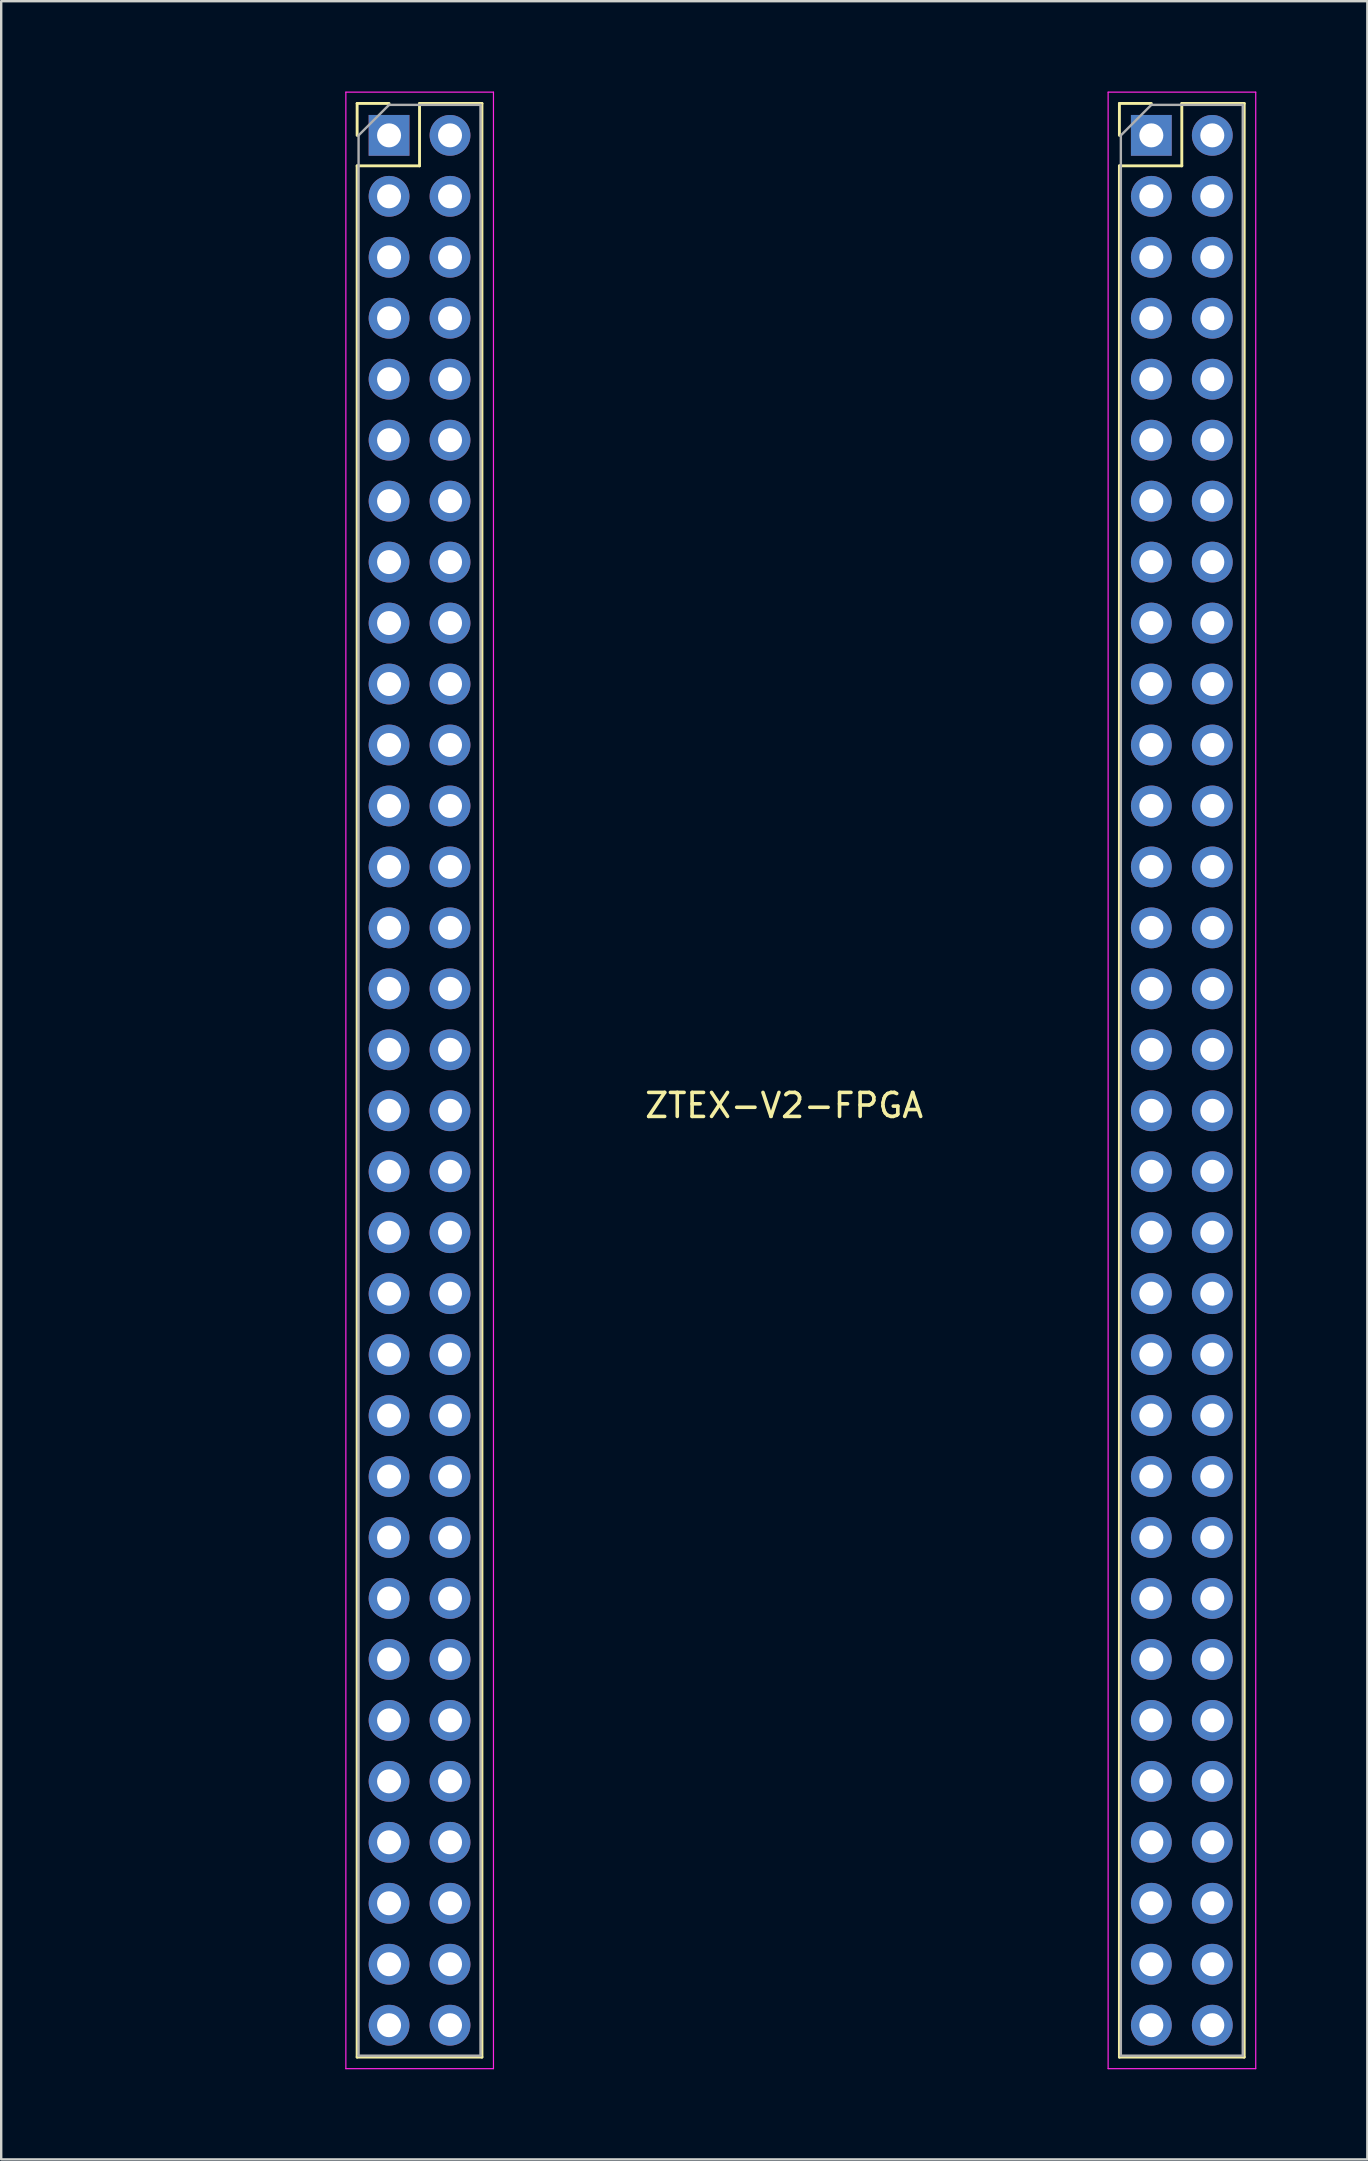
<source format=kicad_pcb>
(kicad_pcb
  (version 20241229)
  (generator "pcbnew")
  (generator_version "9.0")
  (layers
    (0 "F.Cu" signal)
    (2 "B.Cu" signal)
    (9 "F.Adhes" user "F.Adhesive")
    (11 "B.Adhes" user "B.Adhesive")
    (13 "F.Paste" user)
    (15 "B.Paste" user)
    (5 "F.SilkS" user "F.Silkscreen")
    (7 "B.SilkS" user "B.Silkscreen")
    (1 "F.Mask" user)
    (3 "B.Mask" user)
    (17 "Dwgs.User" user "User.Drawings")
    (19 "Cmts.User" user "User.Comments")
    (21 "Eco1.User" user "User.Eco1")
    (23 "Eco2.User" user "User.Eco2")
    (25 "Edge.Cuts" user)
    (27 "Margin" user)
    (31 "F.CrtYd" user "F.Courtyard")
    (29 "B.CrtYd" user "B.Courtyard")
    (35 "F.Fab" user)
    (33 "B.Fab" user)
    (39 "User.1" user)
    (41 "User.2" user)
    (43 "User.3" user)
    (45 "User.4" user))
  (footprint "ZTEX-V2-FPGA"
    (layer "F.Cu")
    (at 25.86 41.96)
    (property "Reference" "ZTEX-V2-FPGA" (at 3.76 1.05 0) (layer "F.SilkS") (effects (font (size 1 1) (thickness 0.15))))
    (attr through_hole)
    (fp_line (start -14.03 -40.7) (end -12.7 -40.7) (stroke (width 0.12) (type solid)) (layer "F.SilkS"))
    (fp_line (start -14.03 -39.37) (end -14.03 -40.7) (stroke (width 0.12) (type solid)) (layer "F.SilkS"))
    (fp_line (start -14.03 -38.1) (end -14.03 40.7) (stroke (width 0.12) (type solid)) (layer "F.SilkS"))
    (fp_line (start -14.03 -38.1) (end -11.43 -38.1) (stroke (width 0.12) (type solid)) (layer "F.SilkS"))
    (fp_line (start -14.03 40.7) (end -8.83 40.7) (stroke (width 0.12) (type solid)) (layer "F.SilkS"))
    (fp_line (start -11.43 -40.7) (end -8.83 -40.7) (stroke (width 0.12) (type solid)) (layer "F.SilkS"))
    (fp_line (start -11.43 -38.1) (end -11.43 -40.7) (stroke (width 0.12) (type solid)) (layer "F.SilkS"))
    (fp_line (start -8.83 -40.7) (end -8.83 40.7) (stroke (width 0.12) (type solid)) (layer "F.SilkS"))
    (fp_line (start 17.73 -40.7) (end 19.06 -40.7) (stroke (width 0.12) (type solid)) (layer "F.SilkS"))
    (fp_line (start 17.73 -39.37) (end 17.73 -40.7) (stroke (width 0.12) (type solid)) (layer "F.SilkS"))
    (fp_line (start 17.73 -38.1) (end 17.73 40.7) (stroke (width 0.12) (type solid)) (layer "F.SilkS"))
    (fp_line (start 17.73 -38.1) (end 20.33 -38.1) (stroke (width 0.12) (type solid)) (layer "F.SilkS"))
    (fp_line (start 17.73 40.7) (end 22.93 40.7) (stroke (width 0.12) (type solid)) (layer "F.SilkS"))
    (fp_line (start 20.33 -40.7) (end 22.93 -40.7) (stroke (width 0.12) (type solid)) (layer "F.SilkS"))
    (fp_line (start 20.33 -38.1) (end 20.33 -40.7) (stroke (width 0.12) (type solid)) (layer "F.SilkS"))
    (fp_line (start 22.93 -40.7) (end 22.93 40.7) (stroke (width 0.12) (type solid)) (layer "F.SilkS"))
    (fp_line (start -25.8 -41.9) (end 25 -41.9) (stroke (width 0.12) (type solid)) (layer "Eco2.User"))
    (fp_line (start -25.8 41.9) (end -25.8 -41.9) (stroke (width 0.12) (type solid)) (layer "Eco2.User"))
    (fp_line (start 25 -41.9) (end 25 41.9) (stroke (width 0.12) (type solid)) (layer "Eco2.User"))
    (fp_line (start 25 41.9) (end -25.8 41.9) (stroke (width 0.12) (type solid)) (layer "Eco2.User"))
    (fp_line (start -14.5 -41.17) (end -14.5 41.18) (stroke (width 0.05) (type solid)) (layer "F.CrtYd"))
    (fp_line (start -14.5 41.18) (end -8.35 41.18) (stroke (width 0.05) (type solid)) (layer "F.CrtYd"))
    (fp_line (start -8.35 -41.17) (end -14.5 -41.17) (stroke (width 0.05) (type solid)) (layer "F.CrtYd"))
    (fp_line (start -8.35 41.18) (end -8.35 -41.17) (stroke (width 0.05) (type solid)) (layer "F.CrtYd"))
    (fp_line (start 17.26 -41.17) (end 17.26 41.18) (stroke (width 0.05) (type solid)) (layer "F.CrtYd"))
    (fp_line (start 17.26 41.18) (end 23.41 41.18) (stroke (width 0.05) (type solid)) (layer "F.CrtYd"))
    (fp_line (start 23.41 -41.17) (end 17.26 -41.17) (stroke (width 0.05) (type solid)) (layer "F.CrtYd"))
    (fp_line (start 23.41 41.18) (end 23.41 -41.17) (stroke (width 0.05) (type solid)) (layer "F.CrtYd"))
    (fp_line (start -13.97 -39.37) (end -12.7 -40.64) (stroke (width 0.1) (type solid)) (layer "F.Fab"))
    (fp_line (start -13.97 40.64) (end -13.97 -39.37) (stroke (width 0.1) (type solid)) (layer "F.Fab"))
    (fp_line (start -12.7 -40.64) (end -8.89 -40.64) (stroke (width 0.1) (type solid)) (layer "F.Fab"))
    (fp_line (start -8.89 -40.64) (end -8.89 40.64) (stroke (width 0.1) (type solid)) (layer "F.Fab"))
    (fp_line (start -8.89 40.64) (end -13.97 40.64) (stroke (width 0.1) (type solid)) (layer "F.Fab"))
    (fp_line (start 17.79 -39.37) (end 19.06 -40.64) (stroke (width 0.1) (type solid)) (layer "F.Fab"))
    (fp_line (start 17.79 40.64) (end 17.79 -39.37) (stroke (width 0.1) (type solid)) (layer "F.Fab"))
    (fp_line (start 19.06 -40.64) (end 22.87 -40.64) (stroke (width 0.1) (type solid)) (layer "F.Fab"))
    (fp_line (start 22.87 -40.64) (end 22.87 40.64) (stroke (width 0.1) (type solid)) (layer "F.Fab"))
    (fp_line (start 22.87 40.64) (end 17.79 40.64) (stroke (width 0.1) (type solid)) (layer "F.Fab"))
    (pad "A1" thru_hole rect (at -12.7 -39.37) (size 1.7 1.7) (drill 1) (layers "*.Cu" "*.Mask"))
    (pad "A2" thru_hole oval (at -12.7 -36.83) (size 1.7 1.7) (drill 1) (layers "*.Cu" "*.Mask"))
    (pad "A3" thru_hole oval (at -12.7 -34.29) (size 1.7 1.7) (drill 1) (layers "*.Cu" "*.Mask"))
    (pad "A4" thru_hole oval (at -12.7 -31.75) (size 1.7 1.7) (drill 1) (layers "*.Cu" "*.Mask"))
    (pad "A5" thru_hole oval (at -12.7 -29.21) (size 1.7 1.7) (drill 1) (layers "*.Cu" "*.Mask"))
    (pad "A6" thru_hole oval (at -12.7 -26.67) (size 1.7 1.7) (drill 1) (layers "*.Cu" "*.Mask"))
    (pad "A7" thru_hole oval (at -12.7 -24.13) (size 1.7 1.7) (drill 1) (layers "*.Cu" "*.Mask"))
    (pad "A8" thru_hole oval (at -12.7 -21.59) (size 1.7 1.7) (drill 1) (layers "*.Cu" "*.Mask"))
    (pad "A9" thru_hole oval (at -12.7 -19.05) (size 1.7 1.7) (drill 1) (layers "*.Cu" "*.Mask"))
    (pad "A10" thru_hole oval (at -12.7 -16.51) (size 1.7 1.7) (drill 1) (layers "*.Cu" "*.Mask"))
    (pad "A11" thru_hole oval (at -12.7 -13.97) (size 1.7 1.7) (drill 1) (layers "*.Cu" "*.Mask"))
    (pad "A12" thru_hole oval (at -12.7 -11.43) (size 1.7 1.7) (drill 1) (layers "*.Cu" "*.Mask"))
    (pad "A13" thru_hole oval (at -12.7 -8.89) (size 1.7 1.7) (drill 1) (layers "*.Cu" "*.Mask"))
    (pad "A14" thru_hole oval (at -12.7 -6.35) (size 1.7 1.7) (drill 1) (layers "*.Cu" "*.Mask"))
    (pad "A15" thru_hole oval (at -12.7 -3.81) (size 1.7 1.7) (drill 1) (layers "*.Cu" "*.Mask"))
    (pad "A16" thru_hole oval (at -12.7 -1.27) (size 1.7 1.7) (drill 1) (layers "*.Cu" "*.Mask"))
    (pad "A17" thru_hole oval (at -12.7 1.27) (size 1.7 1.7) (drill 1) (layers "*.Cu" "*.Mask"))
    (pad "A18" thru_hole oval (at -12.7 3.81) (size 1.7 1.7) (drill 1) (layers "*.Cu" "*.Mask"))
    (pad "A19" thru_hole oval (at -12.7 6.35) (size 1.7 1.7) (drill 1) (layers "*.Cu" "*.Mask"))
    (pad "A20" thru_hole oval (at -12.7 8.89) (size 1.7 1.7) (drill 1) (layers "*.Cu" "*.Mask"))
    (pad "A21" thru_hole oval (at -12.7 11.43) (size 1.7 1.7) (drill 1) (layers "*.Cu" "*.Mask"))
    (pad "A22" thru_hole oval (at -12.7 13.97) (size 1.7 1.7) (drill 1) (layers "*.Cu" "*.Mask"))
    (pad "A23" thru_hole oval (at -12.7 16.51) (size 1.7 1.7) (drill 1) (layers "*.Cu" "*.Mask"))
    (pad "A24" thru_hole oval (at -12.7 19.05) (size 1.7 1.7) (drill 1) (layers "*.Cu" "*.Mask"))
    (pad "A25" thru_hole oval (at -12.7 21.59) (size 1.7 1.7) (drill 1) (layers "*.Cu" "*.Mask"))
    (pad "A26" thru_hole oval (at -12.7 24.13) (size 1.7 1.7) (drill 1) (layers "*.Cu" "*.Mask"))
    (pad "A27" thru_hole oval (at -12.7 26.67) (size 1.7 1.7) (drill 1) (layers "*.Cu" "*.Mask"))
    (pad "A28" thru_hole oval (at -12.7 29.21) (size 1.7 1.7) (drill 1) (layers "*.Cu" "*.Mask"))
    (pad "A29" thru_hole oval (at -12.7 31.75) (size 1.7 1.7) (drill 1) (layers "*.Cu" "*.Mask"))
    (pad "A30" thru_hole oval (at -12.7 34.29) (size 1.7 1.7) (drill 1) (layers "*.Cu" "*.Mask"))
    (pad "A31" thru_hole oval (at -12.7 36.83) (size 1.7 1.7) (drill 1) (layers "*.Cu" "*.Mask"))
    (pad "A32" thru_hole oval (at -12.7 39.37) (size 1.7 1.7) (drill 1) (layers "*.Cu" "*.Mask"))
    (pad "B1" thru_hole oval (at -10.16 -39.37) (size 1.7 1.7) (drill 1) (layers "*.Cu" "*.Mask"))
    (pad "B2" thru_hole oval (at -10.16 -36.83) (size 1.7 1.7) (drill 1) (layers "*.Cu" "*.Mask"))
    (pad "B3" thru_hole oval (at -10.16 -34.29) (size 1.7 1.7) (drill 1) (layers "*.Cu" "*.Mask"))
    (pad "B4" thru_hole oval (at -10.16 -31.75) (size 1.7 1.7) (drill 1) (layers "*.Cu" "*.Mask"))
    (pad "B5" thru_hole oval (at -10.16 -29.21) (size 1.7 1.7) (drill 1) (layers "*.Cu" "*.Mask"))
    (pad "B6" thru_hole oval (at -10.16 -26.67) (size 1.7 1.7) (drill 1) (layers "*.Cu" "*.Mask"))
    (pad "B7" thru_hole oval (at -10.16 -24.13) (size 1.7 1.7) (drill 1) (layers "*.Cu" "*.Mask"))
    (pad "B8" thru_hole oval (at -10.16 -21.59) (size 1.7 1.7) (drill 1) (layers "*.Cu" "*.Mask"))
    (pad "B9" thru_hole oval (at -10.16 -19.05) (size 1.7 1.7) (drill 1) (layers "*.Cu" "*.Mask"))
    (pad "B10" thru_hole oval (at -10.16 -16.51) (size 1.7 1.7) (drill 1) (layers "*.Cu" "*.Mask"))
    (pad "B11" thru_hole oval (at -10.16 -13.97 180) (size 1.7 1.7) (drill 1) (layers "*.Cu" "*.Mask"))
    (pad "B12" thru_hole oval (at -10.16 -11.43) (size 1.7 1.7) (drill 1) (layers "*.Cu" "*.Mask"))
    (pad "B13" thru_hole oval (at -10.16 -8.89) (size 1.7 1.7) (drill 1) (layers "*.Cu" "*.Mask"))
    (pad "B14" thru_hole oval (at -10.16 -6.35) (size 1.7 1.7) (drill 1) (layers "*.Cu" "*.Mask"))
    (pad "B15" thru_hole oval (at -10.16 -3.81) (size 1.7 1.7) (drill 1) (layers "*.Cu" "*.Mask"))
    (pad "B16" thru_hole oval (at -10.16 -1.27) (size 1.7 1.7) (drill 1) (layers "*.Cu" "*.Mask"))
    (pad "B17" thru_hole oval (at -10.16 1.27) (size 1.7 1.7) (drill 1) (layers "*.Cu" "*.Mask"))
    (pad "B18" thru_hole oval (at -10.16 3.81) (size 1.7 1.7) (drill 1) (layers "*.Cu" "*.Mask"))
    (pad "B19" thru_hole oval (at -10.16 6.35) (size 1.7 1.7) (drill 1) (layers "*.Cu" "*.Mask"))
    (pad "B20" thru_hole oval (at -10.16 8.89) (size 1.7 1.7) (drill 1) (layers "*.Cu" "*.Mask"))
    (pad "B21" thru_hole oval (at -10.16 11.43) (size 1.7 1.7) (drill 1) (layers "*.Cu" "*.Mask"))
    (pad "B22" thru_hole oval (at -10.16 13.97) (size 1.7 1.7) (drill 1) (layers "*.Cu" "*.Mask"))
    (pad "B23" thru_hole oval (at -10.16 16.51) (size 1.7 1.7) (drill 1) (layers "*.Cu" "*.Mask"))
    (pad "B24" thru_hole oval (at -10.16 19.05) (size 1.7 1.7) (drill 1) (layers "*.Cu" "*.Mask"))
    (pad "B25" thru_hole oval (at -10.16 21.59) (size 1.7 1.7) (drill 1) (layers "*.Cu" "*.Mask"))
    (pad "B26" thru_hole oval (at -10.16 24.13) (size 1.7 1.7) (drill 1) (layers "*.Cu" "*.Mask"))
    (pad "B27" thru_hole oval (at -10.16 26.67) (size 1.7 1.7) (drill 1) (layers "*.Cu" "*.Mask"))
    (pad "B28" thru_hole oval (at -10.16 29.21) (size 1.7 1.7) (drill 1) (layers "*.Cu" "*.Mask"))
    (pad "B29" thru_hole oval (at -10.16 31.75) (size 1.7 1.7) (drill 1) (layers "*.Cu" "*.Mask"))
    (pad "B30" thru_hole oval (at -10.16 34.29) (size 1.7 1.7) (drill 1) (layers "*.Cu" "*.Mask"))
    (pad "B31" thru_hole oval (at -10.16 36.83) (size 1.7 1.7) (drill 1) (layers "*.Cu" "*.Mask"))
    (pad "B32" thru_hole oval (at -10.16 39.37) (size 1.7 1.7) (drill 1) (layers "*.Cu" "*.Mask"))
    (pad "C1" thru_hole rect (at 19.06 -39.37) (size 1.7 1.7) (drill 1) (layers "*.Cu" "*.Mask"))
    (pad "C2" thru_hole oval (at 19.06 -36.83) (size 1.7 1.7) (drill 1) (layers "*.Cu" "*.Mask"))
    (pad "C3" thru_hole oval (at 19.06 -34.29) (size 1.7 1.7) (drill 1) (layers "*.Cu" "*.Mask"))
    (pad "C4" thru_hole oval (at 19.06 -31.75) (size 1.7 1.7) (drill 1) (layers "*.Cu" "*.Mask"))
    (pad "C5" thru_hole oval (at 19.06 -29.21) (size 1.7 1.7) (drill 1) (layers "*.Cu" "*.Mask"))
    (pad "C6" thru_hole oval (at 19.06 -26.67) (size 1.7 1.7) (drill 1) (layers "*.Cu" "*.Mask"))
    (pad "C7" thru_hole oval (at 19.06 -24.13) (size 1.7 1.7) (drill 1) (layers "*.Cu" "*.Mask"))
    (pad "C8" thru_hole oval (at 19.06 -21.59) (size 1.7 1.7) (drill 1) (layers "*.Cu" "*.Mask"))
    (pad "C9" thru_hole oval (at 19.06 -19.05) (size 1.7 1.7) (drill 1) (layers "*.Cu" "*.Mask"))
    (pad "C10" thru_hole oval (at 19.06 -16.51) (size 1.7 1.7) (drill 1) (layers "*.Cu" "*.Mask"))
    (pad "C11" thru_hole oval (at 19.06 -13.97) (size 1.7 1.7) (drill 1) (layers "*.Cu" "*.Mask"))
    (pad "C12" thru_hole oval (at 19.06 -11.43) (size 1.7 1.7) (drill 1) (layers "*.Cu" "*.Mask"))
    (pad "C13" thru_hole oval (at 19.06 -8.89) (size 1.7 1.7) (drill 1) (layers "*.Cu" "*.Mask"))
    (pad "C14" thru_hole oval (at 19.06 -6.35) (size 1.7 1.7) (drill 1) (layers "*.Cu" "*.Mask"))
    (pad "C15" thru_hole oval (at 19.06 -3.81) (size 1.7 1.7) (drill 1) (layers "*.Cu" "*.Mask"))
    (pad "C16" thru_hole oval (at 19.06 -1.27) (size 1.7 1.7) (drill 1) (layers "*.Cu" "*.Mask"))
    (pad "C17" thru_hole oval (at 19.06 1.27) (size 1.7 1.7) (drill 1) (layers "*.Cu" "*.Mask"))
    (pad "C18" thru_hole oval (at 19.06 3.81) (size 1.7 1.7) (drill 1) (layers "*.Cu" "*.Mask"))
    (pad "C19" thru_hole oval (at 19.06 6.35) (size 1.7 1.7) (drill 1) (layers "*.Cu" "*.Mask"))
    (pad "C20" thru_hole oval (at 19.06 8.89) (size 1.7 1.7) (drill 1) (layers "*.Cu" "*.Mask"))
    (pad "C21" thru_hole oval (at 19.06 11.43) (size 1.7 1.7) (drill 1) (layers "*.Cu" "*.Mask"))
    (pad "C22" thru_hole oval (at 19.06 13.97) (size 1.7 1.7) (drill 1) (layers "*.Cu" "*.Mask"))
    (pad "C23" thru_hole oval (at 19.06 16.51) (size 1.7 1.7) (drill 1) (layers "*.Cu" "*.Mask"))
    (pad "C24" thru_hole oval (at 19.06 19.05) (size 1.7 1.7) (drill 1) (layers "*.Cu" "*.Mask"))
    (pad "C25" thru_hole oval (at 19.06 21.59) (size 1.7 1.7) (drill 1) (layers "*.Cu" "*.Mask"))
    (pad "C26" thru_hole oval (at 19.06 24.13) (size 1.7 1.7) (drill 1) (layers "*.Cu" "*.Mask"))
    (pad "C27" thru_hole oval (at 19.06 26.67) (size 1.7 1.7) (drill 1) (layers "*.Cu" "*.Mask"))
    (pad "C28" thru_hole oval (at 19.06 29.21) (size 1.7 1.7) (drill 1) (layers "*.Cu" "*.Mask"))
    (pad "C29" thru_hole oval (at 19.06 31.75) (size 1.7 1.7) (drill 1) (layers "*.Cu" "*.Mask"))
    (pad "C30" thru_hole oval (at 19.06 34.29) (size 1.7 1.7) (drill 1) (layers "*.Cu" "*.Mask"))
    (pad "C31" thru_hole oval (at 19.06 36.83) (size 1.7 1.7) (drill 1) (layers "*.Cu" "*.Mask"))
    (pad "C32" thru_hole oval (at 19.06 39.37) (size 1.7 1.7) (drill 1) (layers "*.Cu" "*.Mask"))
    (pad "D1" thru_hole oval (at 21.6 -39.37) (size 1.7 1.7) (drill 1) (layers "*.Cu" "*.Mask"))
    (pad "D2" thru_hole oval (at 21.6 -36.83) (size 1.7 1.7) (drill 1) (layers "*.Cu" "*.Mask"))
    (pad "D3" thru_hole oval (at 21.6 -34.29) (size 1.7 1.7) (drill 1) (layers "*.Cu" "*.Mask"))
    (pad "D4" thru_hole oval (at 21.6 -31.75) (size 1.7 1.7) (drill 1) (layers "*.Cu" "*.Mask"))
    (pad "D5" thru_hole oval (at 21.6 -29.21) (size 1.7 1.7) (drill 1) (layers "*.Cu" "*.Mask"))
    (pad "D6" thru_hole oval (at 21.6 -26.67) (size 1.7 1.7) (drill 1) (layers "*.Cu" "*.Mask"))
    (pad "D7" thru_hole oval (at 21.6 -24.13) (size 1.7 1.7) (drill 1) (layers "*.Cu" "*.Mask"))
    (pad "D8" thru_hole oval (at 21.6 -21.59) (size 1.7 1.7) (drill 1) (layers "*.Cu" "*.Mask"))
    (pad "D9" thru_hole oval (at 21.6 -19.05) (size 1.7 1.7) (drill 1) (layers "*.Cu" "*.Mask"))
    (pad "D10" thru_hole oval (at 21.6 -16.51) (size 1.7 1.7) (drill 1) (layers "*.Cu" "*.Mask"))
    (pad "D11" thru_hole oval (at 21.6 -13.97) (size 1.7 1.7) (drill 1) (layers "*.Cu" "*.Mask"))
    (pad "D12" thru_hole oval (at 21.6 -11.43) (size 1.7 1.7) (drill 1) (layers "*.Cu" "*.Mask"))
    (pad "D13" thru_hole oval (at 21.6 -8.89) (size 1.7 1.7) (drill 1) (layers "*.Cu" "*.Mask"))
    (pad "D14" thru_hole oval (at 21.6 -6.35) (size 1.7 1.7) (drill 1) (layers "*.Cu" "*.Mask"))
    (pad "D15" thru_hole oval (at 21.6 -3.81) (size 1.7 1.7) (drill 1) (layers "*.Cu" "*.Mask"))
    (pad "D16" thru_hole oval (at 21.6 -1.27) (size 1.7 1.7) (drill 1) (layers "*.Cu" "*.Mask"))
    (pad "D17" thru_hole oval (at 21.6 1.27) (size 1.7 1.7) (drill 1) (layers "*.Cu" "*.Mask"))
    (pad "D18" thru_hole oval (at 21.6 3.81) (size 1.7 1.7) (drill 1) (layers "*.Cu" "*.Mask"))
    (pad "D19" thru_hole oval (at 21.6 6.35) (size 1.7 1.7) (drill 1) (layers "*.Cu" "*.Mask"))
    (pad "D20" thru_hole oval (at 21.6 8.89) (size 1.7 1.7) (drill 1) (layers "*.Cu" "*.Mask"))
    (pad "D21" thru_hole oval (at 21.6 11.43) (size 1.7 1.7) (drill 1) (layers "*.Cu" "*.Mask"))
    (pad "D22" thru_hole oval (at 21.6 13.97) (size 1.7 1.7) (drill 1) (layers "*.Cu" "*.Mask"))
    (pad "D23" thru_hole oval (at 21.6 16.51) (size 1.7 1.7) (drill 1) (layers "*.Cu" "*.Mask"))
    (pad "D24" thru_hole oval (at 21.6 19.05) (size 1.7 1.7) (drill 1) (layers "*.Cu" "*.Mask"))
    (pad "D25" thru_hole oval (at 21.6 21.59) (size 1.7 1.7) (drill 1) (layers "*.Cu" "*.Mask"))
    (pad "D26" thru_hole oval (at 21.6 24.13) (size 1.7 1.7) (drill 1) (layers "*.Cu" "*.Mask"))
    (pad "D27" thru_hole oval (at 21.6 26.67) (size 1.7 1.7) (drill 1) (layers "*.Cu" "*.Mask"))
    (pad "D28" thru_hole oval (at 21.6 29.21) (size 1.7 1.7) (drill 1) (layers "*.Cu" "*.Mask"))
    (pad "D29" thru_hole oval (at 21.6 31.75) (size 1.7 1.7) (drill 1) (layers "*.Cu" "*.Mask"))
    (pad "D30" thru_hole oval (at 21.6 34.29) (size 1.7 1.7) (drill 1) (layers "*.Cu" "*.Mask"))
    (pad "D31" thru_hole oval (at 21.6 36.83) (size 1.7 1.7) (drill 1) (layers "*.Cu" "*.Mask"))
    (pad "D32" thru_hole oval (at 21.6 39.37) (size 1.7 1.7) (drill 1) (layers "*.Cu" "*.Mask")))
  (gr_rect
    (start -3 -3)
    (end 53.92 86.92)
    (stroke (width 0.1) (type default))
    (fill no)
    (layer "Edge.Cuts")))
</source>
